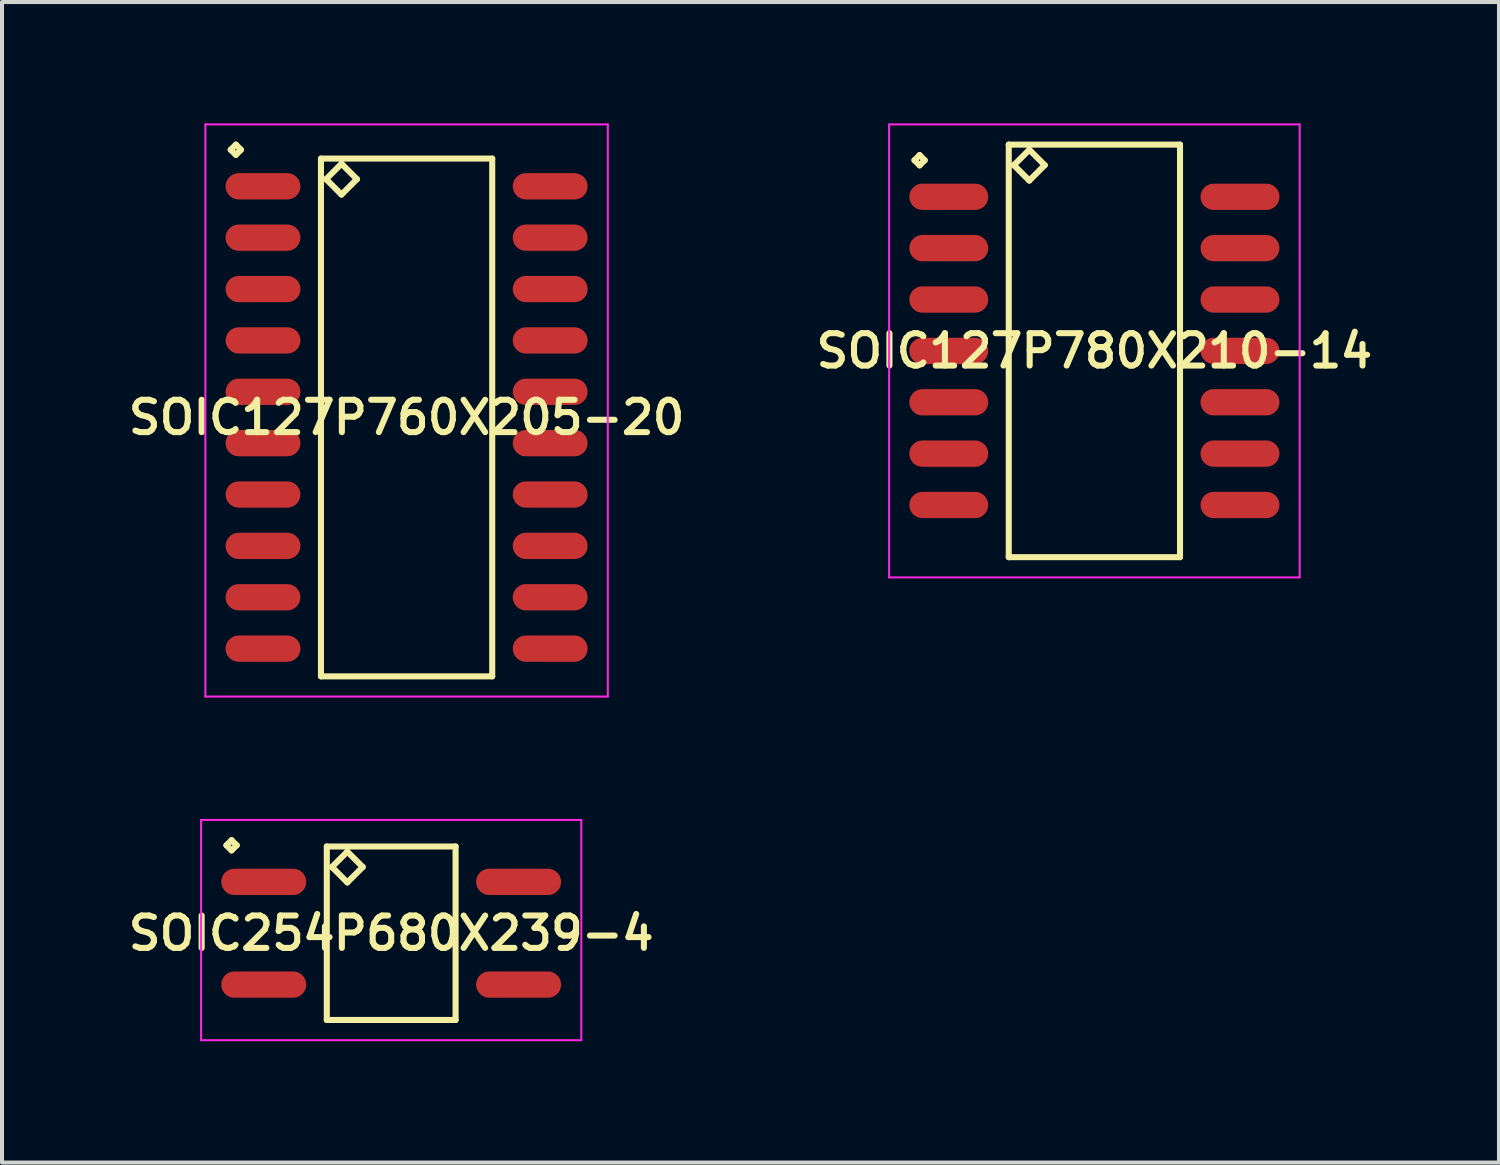
<source format=kicad_pcb>
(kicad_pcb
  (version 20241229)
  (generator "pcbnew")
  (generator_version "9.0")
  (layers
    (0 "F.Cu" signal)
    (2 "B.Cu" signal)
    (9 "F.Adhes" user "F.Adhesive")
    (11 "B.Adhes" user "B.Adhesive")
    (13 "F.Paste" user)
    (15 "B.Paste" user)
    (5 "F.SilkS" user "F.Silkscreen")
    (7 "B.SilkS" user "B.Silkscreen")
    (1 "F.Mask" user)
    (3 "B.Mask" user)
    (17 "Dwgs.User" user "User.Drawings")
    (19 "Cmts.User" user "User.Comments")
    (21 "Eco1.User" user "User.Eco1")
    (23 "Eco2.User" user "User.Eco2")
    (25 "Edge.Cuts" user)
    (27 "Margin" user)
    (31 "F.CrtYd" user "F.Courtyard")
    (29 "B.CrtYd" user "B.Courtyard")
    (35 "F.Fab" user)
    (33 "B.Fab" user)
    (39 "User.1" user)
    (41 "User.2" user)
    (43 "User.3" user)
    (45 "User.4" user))
  (footprint "SOIC127P780X210-14"
    (layer "F.Cu")
    (at 24.006 5.625)
    (property "Reference" "SOIC127P780X210-14" (at 0 0 0) (layer "F.SilkS") (effects (font (size 0.8 0.8) (thickness 0.15))))
    (attr smd)
    (fp_line (start -4.448 -4.714) (end -4.321 -4.841) (stroke (width 0.15) (type solid)) (layer "F.SilkS"))
    (fp_line (start -4.321 -4.841) (end -4.194 -4.714) (stroke (width 0.15) (type solid)) (layer "F.SilkS"))
    (fp_line (start -4.321 -4.587) (end -4.448 -4.714) (stroke (width 0.15) (type solid)) (layer "F.SilkS"))
    (fp_line (start -4.194 -4.714) (end -4.321 -4.587) (stroke (width 0.15) (type solid)) (layer "F.SilkS"))
    (fp_line (start -2.117 -5.1) (end -2.117 5.1) (stroke (width 0.15) (type solid)) (layer "F.SilkS"))
    (fp_line (start -2.117 5.1) (end 2.117 5.1) (stroke (width 0.15) (type solid)) (layer "F.SilkS"))
    (fp_line (start -1.99 -4.592) (end -1.609 -4.973) (stroke (width 0.15) (type solid)) (layer "F.SilkS"))
    (fp_line (start -1.609 -4.973) (end -1.228 -4.592) (stroke (width 0.15) (type solid)) (layer "F.SilkS"))
    (fp_line (start -1.609 -4.211) (end -1.99 -4.592) (stroke (width 0.15) (type solid)) (layer "F.SilkS"))
    (fp_line (start -1.228 -4.592) (end -1.609 -4.211) (stroke (width 0.15) (type solid)) (layer "F.SilkS"))
    (fp_line (start 2.117 -5.1) (end -2.117 -5.1) (stroke (width 0.15) (type solid)) (layer "F.SilkS"))
    (fp_line (start 2.117 5.1) (end 2.117 -5.1) (stroke (width 0.15) (type solid)) (layer "F.SilkS"))
    (fp_line (start -5.075 -5.6) (end 5.075 -5.6) (stroke (width 0.05) (type solid)) (layer "F.CrtYd"))
    (fp_line (start -5.075 5.6) (end -5.075 -5.6) (stroke (width 0.05) (type solid)) (layer "F.CrtYd"))
    (fp_line (start 5.075 -5.6) (end 5.075 5.6) (stroke (width 0.05) (type solid)) (layer "F.CrtYd"))
    (fp_line (start 5.075 5.6) (end -5.075 5.6) (stroke (width 0.05) (type solid)) (layer "F.CrtYd"))
    (pad "1" smd oval (at -3.6 -3.81) (size 1.95 0.65) (layers "F.Cu" "F.Mask" "F.Paste"))
    (pad "2" smd oval (at -3.6 -2.54) (size 1.95 0.65) (layers "F.Cu" "F.Mask" "F.Paste"))
    (pad "3" smd oval (at -3.6 -1.27) (size 1.95 0.65) (layers "F.Cu" "F.Mask" "F.Paste"))
    (pad "4" smd oval (at -3.6 0) (size 1.95 0.65) (layers "F.Cu" "F.Mask" "F.Paste"))
    (pad "5" smd oval (at -3.6 1.27) (size 1.95 0.65) (layers "F.Cu" "F.Mask" "F.Paste"))
    (pad "6" smd oval (at -3.6 2.54) (size 1.95 0.65) (layers "F.Cu" "F.Mask" "F.Paste"))
    (pad "7" smd oval (at -3.6 3.81) (size 1.95 0.65) (layers "F.Cu" "F.Mask" "F.Paste"))
    (pad "8" smd oval (at 3.6 3.81) (size 1.95 0.65) (layers "F.Cu" "F.Mask" "F.Paste"))
    (pad "9" smd oval (at 3.6 2.54) (size 1.95 0.65) (layers "F.Cu" "F.Mask" "F.Paste"))
    (pad "10" smd oval (at 3.6 1.27) (size 1.95 0.65) (layers "F.Cu" "F.Mask" "F.Paste"))
    (pad "11" smd oval (at 3.6 0) (size 1.95 0.65) (layers "F.Cu" "F.Mask" "F.Paste"))
    (pad "12" smd oval (at 3.6 -1.27) (size 1.95 0.65) (layers "F.Cu" "F.Mask" "F.Paste"))
    (pad "13" smd oval (at 3.6 -2.54) (size 1.95 0.65) (layers "F.Cu" "F.Mask" "F.Paste"))
    (pad "14" smd oval (at 3.6 -3.81) (size 1.95 0.65) (layers "F.Cu" "F.Mask" "F.Paste")))
  (footprint "SOIC127P760X205-20"
    (layer "F.Cu")
    (at 7.002 7.271)
    (property "Reference" "SOIC127P760X205-20" (at 0 0 0) (layer "F.SilkS") (effects (font (size 0.8 0.8) (thickness 0.15))))
    (attr smd)
    (fp_line (start -4.348 -6.619) (end -4.221 -6.746) (stroke (width 0.15) (type solid)) (layer "F.SilkS"))
    (fp_line (start -4.221 -6.746) (end -4.094 -6.619) (stroke (width 0.15) (type solid)) (layer "F.SilkS"))
    (fp_line (start -4.221 -6.492) (end -4.348 -6.619) (stroke (width 0.15) (type solid)) (layer "F.SilkS"))
    (fp_line (start -4.094 -6.619) (end -4.221 -6.492) (stroke (width 0.15) (type solid)) (layer "F.SilkS"))
    (fp_line (start -2.117 -6.4) (end -2.117 6.4) (stroke (width 0.15) (type solid)) (layer "F.SilkS"))
    (fp_line (start -2.117 6.4) (end 2.117 6.4) (stroke (width 0.15) (type solid)) (layer "F.SilkS"))
    (fp_line (start -1.99 -5.892) (end -1.609 -6.273) (stroke (width 0.15) (type solid)) (layer "F.SilkS"))
    (fp_line (start -1.609 -6.273) (end -1.228 -5.892) (stroke (width 0.15) (type solid)) (layer "F.SilkS"))
    (fp_line (start -1.609 -5.511) (end -1.99 -5.892) (stroke (width 0.15) (type solid)) (layer "F.SilkS"))
    (fp_line (start -1.228 -5.892) (end -1.609 -5.511) (stroke (width 0.15) (type solid)) (layer "F.SilkS"))
    (fp_line (start 2.117 -6.4) (end -2.117 -6.4) (stroke (width 0.15) (type solid)) (layer "F.SilkS"))
    (fp_line (start 2.117 6.4) (end 2.117 -6.4) (stroke (width 0.15) (type solid)) (layer "F.SilkS"))
    (fp_line (start -4.975 -7.246) (end 4.975 -7.246) (stroke (width 0.05) (type solid)) (layer "F.CrtYd"))
    (fp_line (start -4.975 6.9) (end -4.975 -7.246) (stroke (width 0.05) (type solid)) (layer "F.CrtYd"))
    (fp_line (start 4.975 -7.246) (end 4.975 6.9) (stroke (width 0.05) (type solid)) (layer "F.CrtYd"))
    (fp_line (start 4.975 6.9) (end -4.975 6.9) (stroke (width 0.05) (type solid)) (layer "F.CrtYd"))
    (pad "1" smd oval (at -3.55 -5.715) (size 1.85 0.65) (layers "F.Cu" "F.Mask" "F.Paste"))
    (pad "2" smd oval (at -3.55 -4.445) (size 1.85 0.65) (layers "F.Cu" "F.Mask" "F.Paste"))
    (pad "3" smd oval (at -3.55 -3.175) (size 1.85 0.65) (layers "F.Cu" "F.Mask" "F.Paste"))
    (pad "4" smd oval (at -3.55 -1.905) (size 1.85 0.65) (layers "F.Cu" "F.Mask" "F.Paste"))
    (pad "5" smd oval (at -3.55 -0.635) (size 1.85 0.65) (layers "F.Cu" "F.Mask" "F.Paste"))
    (pad "6" smd oval (at -3.55 0.635) (size 1.85 0.65) (layers "F.Cu" "F.Mask" "F.Paste"))
    (pad "7" smd oval (at -3.55 1.905) (size 1.85 0.65) (layers "F.Cu" "F.Mask" "F.Paste"))
    (pad "8" smd oval (at -3.55 3.175) (size 1.85 0.65) (layers "F.Cu" "F.Mask" "F.Paste"))
    (pad "9" smd oval (at -3.55 4.445) (size 1.85 0.65) (layers "F.Cu" "F.Mask" "F.Paste"))
    (pad "10" smd oval (at -3.55 5.715) (size 1.85 0.65) (layers "F.Cu" "F.Mask" "F.Paste"))
    (pad "11" smd oval (at 3.55 5.715) (size 1.85 0.65) (layers "F.Cu" "F.Mask" "F.Paste"))
    (pad "12" smd oval (at 3.55 4.445) (size 1.85 0.65) (layers "F.Cu" "F.Mask" "F.Paste"))
    (pad "13" smd oval (at 3.55 3.175) (size 1.85 0.65) (layers "F.Cu" "F.Mask" "F.Paste"))
    (pad "14" smd oval (at 3.55 1.905) (size 1.85 0.65) (layers "F.Cu" "F.Mask" "F.Paste"))
    (pad "15" smd oval (at 3.55 0.635) (size 1.85 0.65) (layers "F.Cu" "F.Mask" "F.Paste"))
    (pad "16" smd oval (at 3.55 -0.635) (size 1.85 0.65) (layers "F.Cu" "F.Mask" "F.Paste"))
    (pad "17" smd oval (at 3.55 -1.905) (size 1.85 0.65) (layers "F.Cu" "F.Mask" "F.Paste"))
    (pad "18" smd oval (at 3.55 -3.175) (size 1.85 0.65) (layers "F.Cu" "F.Mask" "F.Paste"))
    (pad "19" smd oval (at 3.55 -4.445) (size 1.85 0.65) (layers "F.Cu" "F.Mask" "F.Paste"))
    (pad "20" smd oval (at 3.55 -5.715) (size 1.85 0.65) (layers "F.Cu" "F.Mask" "F.Paste")))
  (footprint "SOIC254P680X239-4"
    (layer "F.Cu")
    (at 6.621 20.022)
    (property "Reference" "SOIC254P680X239-4" (at 0 0 0) (layer "F.SilkS") (effects (font (size 0.8 0.8) (thickness 0.15))))
    (attr smd)
    (fp_line (start -4.073 -2.174) (end -3.946 -2.301) (stroke (width 0.15) (type solid)) (layer "F.SilkS"))
    (fp_line (start -3.946 -2.301) (end -3.819 -2.174) (stroke (width 0.15) (type solid)) (layer "F.SilkS"))
    (fp_line (start -3.946 -2.047) (end -4.073 -2.174) (stroke (width 0.15) (type solid)) (layer "F.SilkS"))
    (fp_line (start -3.819 -2.174) (end -3.946 -2.047) (stroke (width 0.15) (type solid)) (layer "F.SilkS"))
    (fp_line (start -1.592 -2.145) (end -1.592 2.145) (stroke (width 0.15) (type solid)) (layer "F.SilkS"))
    (fp_line (start -1.592 2.145) (end 1.592 2.145) (stroke (width 0.15) (type solid)) (layer "F.SilkS"))
    (fp_line (start -1.465 -1.637) (end -1.084 -2.018) (stroke (width 0.15) (type solid)) (layer "F.SilkS"))
    (fp_line (start -1.084 -2.018) (end -0.703 -1.637) (stroke (width 0.15) (type solid)) (layer "F.SilkS"))
    (fp_line (start -1.084 -1.256) (end -1.465 -1.637) (stroke (width 0.15) (type solid)) (layer "F.SilkS"))
    (fp_line (start -0.703 -1.637) (end -1.084 -1.256) (stroke (width 0.15) (type solid)) (layer "F.SilkS"))
    (fp_line (start 1.592 -2.145) (end -1.592 -2.145) (stroke (width 0.15) (type solid)) (layer "F.SilkS"))
    (fp_line (start 1.592 2.145) (end 1.592 -2.145) (stroke (width 0.15) (type solid)) (layer "F.SilkS"))
    (fp_line (start -4.7 -2.801) (end 4.7 -2.801) (stroke (width 0.05) (type solid)) (layer "F.CrtYd"))
    (fp_line (start -4.7 2.645) (end -4.7 -2.801) (stroke (width 0.05) (type solid)) (layer "F.CrtYd"))
    (fp_line (start 4.7 -2.801) (end 4.7 2.645) (stroke (width 0.05) (type solid)) (layer "F.CrtYd"))
    (fp_line (start 4.7 2.645) (end -4.7 2.645) (stroke (width 0.05) (type solid)) (layer "F.CrtYd"))
    (pad "1" smd oval (at -3.15 -1.27) (size 2.1 0.65) (layers "F.Cu" "F.Mask" "F.Paste"))
    (pad "2" smd oval (at -3.15 1.27) (size 2.1 0.65) (layers "F.Cu" "F.Mask" "F.Paste"))
    (pad "3" smd oval (at 3.15 1.27) (size 2.1 0.65) (layers "F.Cu" "F.Mask" "F.Paste"))
    (pad "4" smd oval (at 3.15 -1.27) (size 2.1 0.65) (layers "F.Cu" "F.Mask" "F.Paste")))
  (gr_rect
    (start -3 -3)
    (end 34.009 25.692)
    (stroke (width 0.1) (type default))
    (fill no)
    (layer "Edge.Cuts")))
</source>
